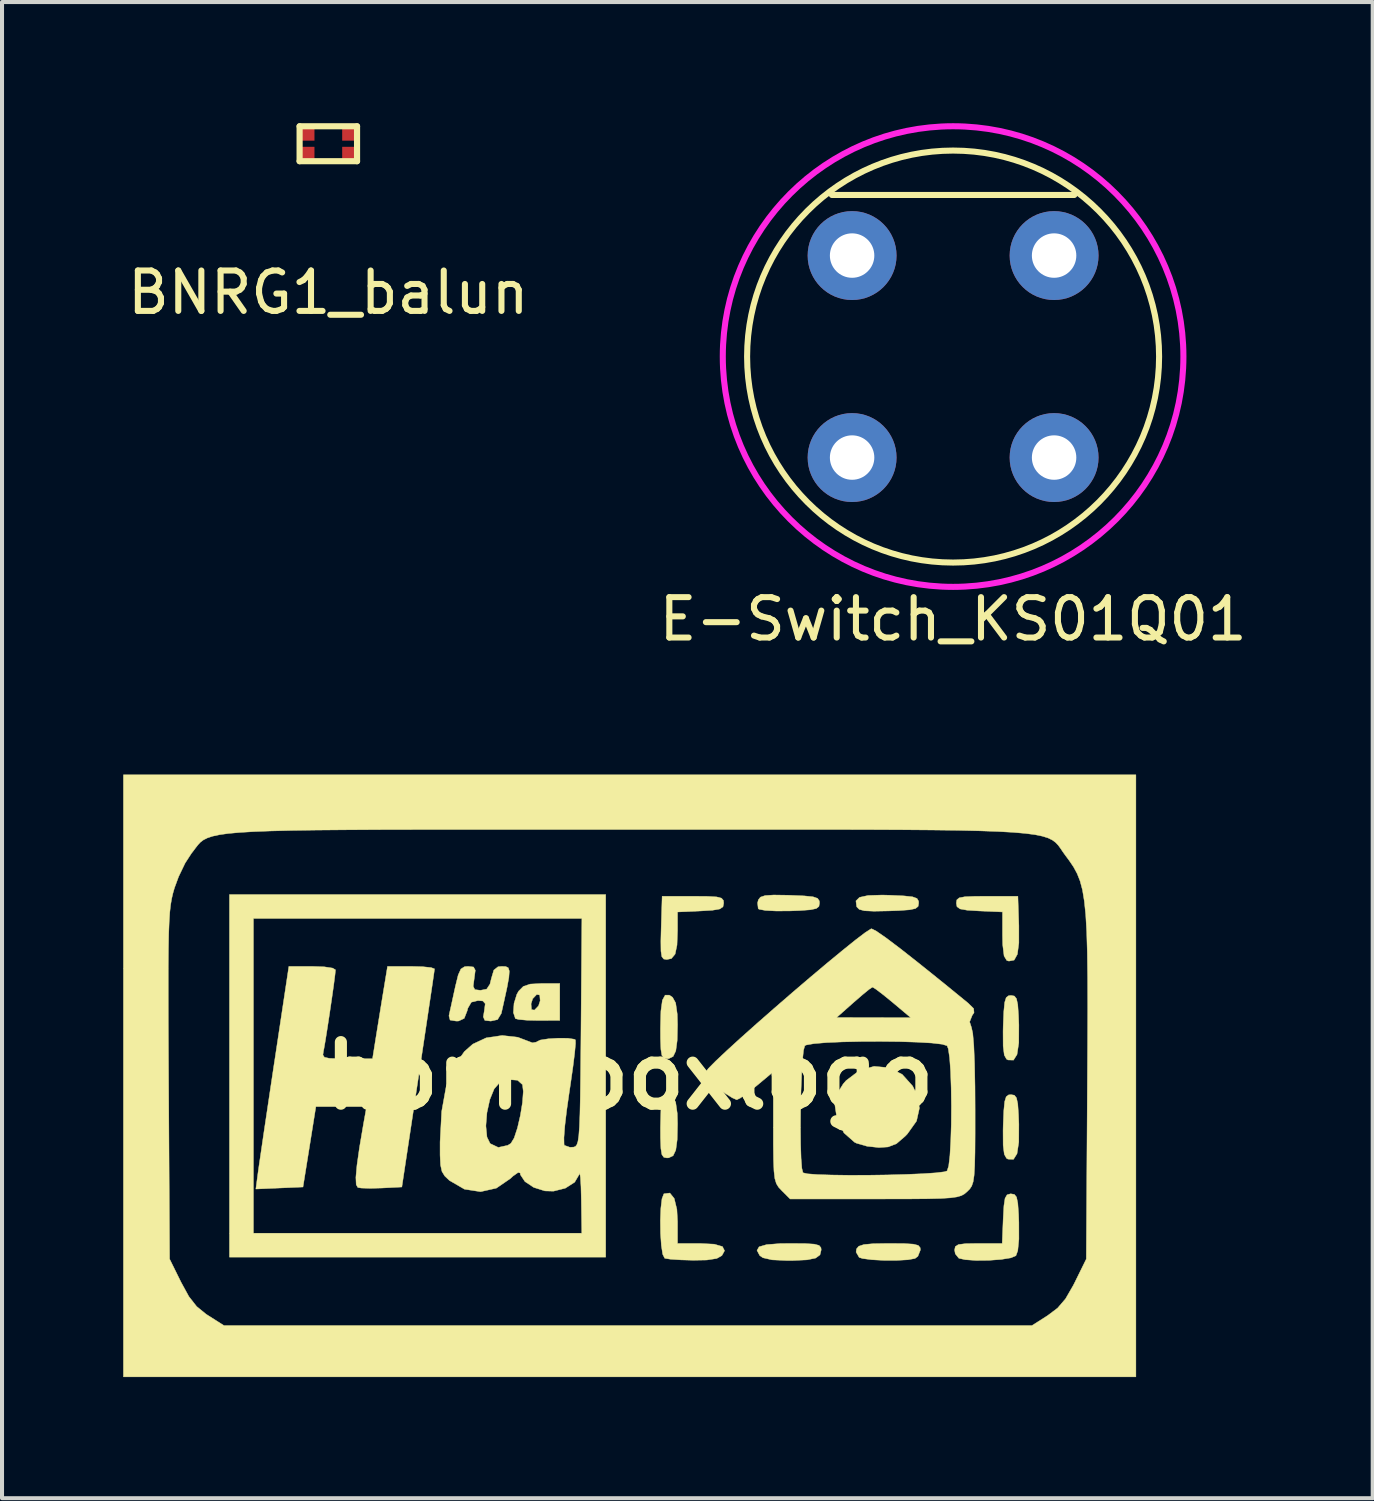
<source format=kicad_pcb>
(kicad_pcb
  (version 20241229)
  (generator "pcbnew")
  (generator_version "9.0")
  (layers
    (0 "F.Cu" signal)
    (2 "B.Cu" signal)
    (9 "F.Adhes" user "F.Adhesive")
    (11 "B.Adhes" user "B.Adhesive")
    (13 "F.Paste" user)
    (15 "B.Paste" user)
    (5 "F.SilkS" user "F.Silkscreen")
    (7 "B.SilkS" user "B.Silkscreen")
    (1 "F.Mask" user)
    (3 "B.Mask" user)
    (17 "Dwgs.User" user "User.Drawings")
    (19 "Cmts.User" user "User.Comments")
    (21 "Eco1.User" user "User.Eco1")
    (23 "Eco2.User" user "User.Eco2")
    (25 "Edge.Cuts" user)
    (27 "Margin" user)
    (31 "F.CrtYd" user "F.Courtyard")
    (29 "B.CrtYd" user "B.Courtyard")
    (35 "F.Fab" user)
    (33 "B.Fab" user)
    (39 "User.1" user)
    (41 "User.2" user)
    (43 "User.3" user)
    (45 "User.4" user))
  (footprint "BNRG1_balun"
    (layer "F.Cu")
    (at 5.077 0.508)
    (property "Reference" "BNRG1_balun" (at 0 3.683 0) (layer "F.SilkS") (effects (font (size 1 1) (thickness 0.15))))
    (attr through_hole)
    (fp_line (start -0.711 -0.432) (end 0.711 -0.432) (stroke (width 0.152) (type solid)) (layer "F.SilkS"))
    (fp_line (start -0.711 0.432) (end -0.711 -0.432) (stroke (width 0.152) (type solid)) (layer "F.SilkS"))
    (fp_line (start 0.711 -0.432) (end 0.711 0.432) (stroke (width 0.152) (type solid)) (layer "F.SilkS"))
    (fp_line (start 0.711 0.432) (end -0.711 0.432) (stroke (width 0.152) (type solid)) (layer "F.SilkS"))
    (pad "1" smd rect (at -0.508 -0.241) (size 0.33 0.33) (layers "F.Cu" "F.Mask" "F.Paste"))
    (pad "2" smd rect (at -0.508 0.241) (size 0.33 0.33) (layers "F.Cu" "F.Mask" "F.Paste"))
    (pad "3" smd rect (at 0.508 -0.241) (size 0.33 0.33) (layers "F.Cu" "F.Mask" "F.Paste"))
    (pad "4" smd rect (at 0.508 0.241) (size 0.33 0.33) (layers "F.Cu" "F.Mask" "F.Paste")))
  (footprint "homeboxlogo"
    (layer "F.Cu")
    (at 12.536 23.58)
    (property "Reference" "homeboxlogo" (at 0 0 0) (layer "F.SilkS") (effects (font (size 1.524 1.524) (thickness 0.3))))
    (attr through_hole)
    (fp_poly (pts (xy 0.983 -1.997) (xy 1.062 -1.944) (xy 1.139 -1.803) (xy 1.178 -1.527) (xy 1.185 -1.267) (xy 1.176 -0.872) (xy 1.142 -0.618) (xy 1.076 -0.479) (xy 0.968 -0.426) (xy 0.922 -0.423) (xy 0.846 -0.438) (xy 0.798 -0.505) (xy 0.773 -0.655) (xy 0.763 -0.921) (xy 0.762 -1.18) (xy 0.773 -1.603) (xy 0.81 -1.872) (xy 0.879 -1.998) (xy 0.983 -1.997)) (stroke (width 0.01) (type solid)) (fill yes) (layer "F.SilkS"))
    (fp_poly (pts (xy 0.983 0.458) (xy 1.062 0.511) (xy 1.139 0.653) (xy 1.178 0.929) (xy 1.185 1.189) (xy 1.176 1.584) (xy 1.142 1.837) (xy 1.076 1.977) (xy 0.968 2.029) (xy 0.922 2.032) (xy 0.846 2.017) (xy 0.798 1.95) (xy 0.773 1.8) (xy 0.763 1.534) (xy 0.762 1.275) (xy 0.773 0.852) (xy 0.81 0.584) (xy 0.879 0.457) (xy 0.983 0.458)) (stroke (width 0.01) (type solid)) (fill yes) (layer "F.SilkS"))
    (fp_poly (pts (xy 4.346 4.152) (xy 4.57 4.166) (xy 4.689 4.198) (xy 4.735 4.254) (xy 4.741 4.309) (xy 4.711 4.432) (xy 4.604 4.511) (xy 4.391 4.555) (xy 4.045 4.571) (xy 3.898 4.572) (xy 3.524 4.555) (xy 3.298 4.503) (xy 3.22 4.449) (xy 3.152 4.321) (xy 3.204 4.232) (xy 3.389 4.178) (xy 3.722 4.152) (xy 3.984 4.149) (xy 4.346 4.152)) (stroke (width 0.01) (type solid)) (fill yes) (layer "F.SilkS"))
    (fp_poly (pts (xy 9.523 -1.975) (xy 9.575 -1.909) (xy 9.607 -1.76) (xy 9.625 -1.494) (xy 9.634 -1.262) (xy 9.632 -0.816) (xy 9.588 -0.527) (xy 9.501 -0.389) (xy 9.366 -0.393) (xy 9.328 -0.414) (xy 9.273 -0.513) (xy 9.245 -0.736) (xy 9.243 -1.102) (xy 9.246 -1.235) (xy 9.261 -1.595) (xy 9.283 -1.819) (xy 9.32 -1.937) (xy 9.379 -1.983) (xy 9.44 -1.99) (xy 9.523 -1.975)) (stroke (width 0.01) (type solid)) (fill yes) (layer "F.SilkS"))
    (fp_poly (pts (xy 9.523 0.48) (xy 9.575 0.546) (xy 9.607 0.695) (xy 9.625 0.962) (xy 9.634 1.194) (xy 9.632 1.64) (xy 9.588 1.928) (xy 9.501 2.067) (xy 9.366 2.062) (xy 9.328 2.041) (xy 9.273 1.942) (xy 9.245 1.719) (xy 9.243 1.353) (xy 9.246 1.221) (xy 9.261 0.86) (xy 9.283 0.637) (xy 9.32 0.518) (xy 9.379 0.472) (xy 9.44 0.466) (xy 9.523 0.48)) (stroke (width 0.01) (type solid)) (fill yes) (layer "F.SilkS"))
    (fp_poly (pts (xy 6.443 -4.47) (xy 6.791 -4.454) (xy 7.003 -4.431) (xy 7.112 -4.391) (xy 7.151 -4.325) (xy 7.154 -4.276) (xy 7.14 -4.194) (xy 7.075 -4.141) (xy 6.928 -4.11) (xy 6.665 -4.091) (xy 6.412 -4.082) (xy 6.045 -4.075) (xy 5.813 -4.086) (xy 5.683 -4.12) (xy 5.623 -4.181) (xy 5.618 -4.193) (xy 5.601 -4.33) (xy 5.69 -4.418) (xy 5.901 -4.464) (xy 6.253 -4.475) (xy 6.443 -4.47)) (stroke (width 0.01) (type solid)) (fill yes) (layer "F.SilkS"))
    (fp_poly (pts (xy 6.796 4.152) (xy 7.022 4.166) (xy 7.143 4.197) (xy 7.19 4.252) (xy 7.197 4.309) (xy 7.134 4.468) (xy 7.063 4.521) (xy 6.887 4.553) (xy 6.612 4.568) (xy 6.295 4.568) (xy 5.994 4.552) (xy 5.766 4.522) (xy 5.681 4.495) (xy 5.605 4.363) (xy 5.615 4.284) (xy 5.671 4.218) (xy 5.798 4.176) (xy 6.027 4.155) (xy 6.391 4.149) (xy 6.432 4.149) (xy 6.796 4.152)) (stroke (width 0.01) (type solid)) (fill yes) (layer "F.SilkS"))
    (fp_poly (pts (xy 3.906 -4.471) (xy 3.968 -4.469) (xy 4.322 -4.454) (xy 4.539 -4.432) (xy 4.652 -4.393) (xy 4.694 -4.331) (xy 4.699 -4.276) (xy 4.685 -4.193) (xy 4.619 -4.141) (xy 4.471 -4.11) (xy 4.206 -4.091) (xy 3.965 -4.082) (xy 3.629 -4.08) (xy 3.361 -4.094) (xy 3.204 -4.123) (xy 3.182 -4.138) (xy 3.166 -4.279) (xy 3.185 -4.356) (xy 3.237 -4.423) (xy 3.352 -4.462) (xy 3.564 -4.476) (xy 3.906 -4.471)) (stroke (width 0.01) (type solid)) (fill yes) (layer "F.SilkS"))
    (fp_poly (pts (xy 9.634 -3.717) (xy 9.634 -3.288) (xy 9.597 -3.009) (xy 9.517 -2.865) (xy 9.388 -2.84) (xy 9.335 -2.855) (xy 9.268 -2.966) (xy 9.234 -3.243) (xy 9.229 -3.475) (xy 9.229 -4.056) (xy 8.657 -4.081) (xy 8.352 -4.1) (xy 8.179 -4.131) (xy 8.102 -4.187) (xy 8.086 -4.276) (xy 8.098 -4.356) (xy 8.158 -4.406) (xy 8.297 -4.433) (xy 8.547 -4.443) (xy 8.848 -4.445) (xy 9.61 -4.445) (xy 9.634 -3.717)) (stroke (width 0.01) (type solid)) (fill yes) (layer "F.SilkS"))
    (fp_poly (pts (xy 1.928 -4.442) (xy 2.153 -4.429) (xy 2.273 -4.398) (xy 2.321 -4.342) (xy 2.328 -4.276) (xy 2.31 -4.184) (xy 2.23 -4.13) (xy 2.052 -4.099) (xy 1.757 -4.081) (xy 1.185 -4.056) (xy 1.185 -3.601) (xy 1.172 -3.237) (xy 1.125 -3.013) (xy 1.034 -2.903) (xy 0.919 -2.879) (xy 0.843 -2.891) (xy 0.796 -2.95) (xy 0.775 -3.087) (xy 0.772 -3.334) (xy 0.78 -3.662) (xy 0.804 -4.445) (xy 1.566 -4.445) (xy 1.928 -4.442)) (stroke (width 0.01) (type solid)) (fill yes) (layer "F.SilkS"))
    (fp_poly (pts (xy 6.415 -0.201) (xy 6.746 -0.036) (xy 7.006 0.254) (xy 7.098 0.442) (xy 7.173 0.797) (xy 7.101 1.119) (xy 6.873 1.439) (xy 6.819 1.495) (xy 6.604 1.68) (xy 6.397 1.76) (xy 6.168 1.775) (xy 5.876 1.743) (xy 5.616 1.668) (xy 5.568 1.645) (xy 5.304 1.412) (xy 5.133 1.072) (xy 5.08 0.723) (xy 5.126 0.457) (xy 5.285 0.201) (xy 5.358 0.117) (xy 5.685 -0.131) (xy 6.05 -0.235) (xy 6.415 -0.201)) (stroke (width 0.01) (type solid)) (fill yes) (layer "F.SilkS"))
    (fp_poly (pts (xy -1.73 -1.373) (xy -2.254 -1.37) (xy -2.537 -1.376) (xy -2.746 -1.395) (xy -2.829 -1.417) (xy -2.878 -1.565) (xy -2.863 -1.783) (xy -2.441 -1.783) (xy -2.43 -1.639) (xy -2.357 -1.627) (xy -2.256 -1.732) (xy -2.215 -1.858) (xy -2.226 -2.001) (xy -2.3 -2.014) (xy -2.4 -1.909) (xy -2.441 -1.783) (xy -2.863 -1.783) (xy -2.863 -1.791) (xy -2.793 -2.017) (xy -2.747 -2.098) (xy -2.632 -2.214) (xy -2.462 -2.271) (xy -2.182 -2.286) (xy -2.172 -2.286) (xy -1.73 -2.286) (xy -1.73 -1.373)) (stroke (width 0.01) (type solid)) (fill yes) (layer "F.SilkS"))
    (fp_poly (pts (xy 1.103 3.035) (xy 1.169 3.307) (xy 1.185 3.609) (xy 1.185 4.149) (xy 1.731 4.149) (xy 2.093 4.167) (xy 2.297 4.226) (xy 2.349 4.329) (xy 2.283 4.449) (xy 2.156 4.521) (xy 1.91 4.559) (xy 1.577 4.565) (xy 1.263 4.556) (xy 1.009 4.539) (xy 0.87 4.517) (xy 0.868 4.516) (xy 0.818 4.417) (xy 0.784 4.196) (xy 0.764 3.901) (xy 0.76 3.579) (xy 0.772 3.276) (xy 0.8 3.042) (xy 0.846 2.922) (xy 0.85 2.919) (xy 0.995 2.901) (xy 1.103 3.035)) (stroke (width 0.01) (type solid)) (fill yes) (layer "F.SilkS"))
    (fp_poly (pts (xy 9.524 2.936) (xy 9.577 3.003) (xy 9.608 3.156) (xy 9.627 3.427) (xy 9.634 3.628) (xy 9.635 4.042) (xy 9.607 4.327) (xy 9.561 4.453) (xy 9.435 4.506) (xy 9.194 4.545) (xy 8.891 4.567) (xy 8.577 4.57) (xy 8.307 4.551) (xy 8.149 4.516) (xy 8.06 4.406) (xy 8.043 4.311) (xy 8.061 4.225) (xy 8.139 4.176) (xy 8.313 4.154) (xy 8.619 4.149) (xy 8.632 4.149) (xy 9.221 4.149) (xy 9.246 3.535) (xy 9.264 3.216) (xy 9.292 3.031) (xy 9.342 2.945) (xy 9.425 2.921) (xy 9.44 2.921) (xy 9.524 2.936)) (stroke (width 0.01) (type solid)) (fill yes) (layer "F.SilkS"))
    (fp_poly (pts (xy -3.067 -2.705) (xy -3.005 -2.675) (xy -2.979 -2.593) (xy -2.99 -2.435) (xy -3.038 -2.174) (xy -3.123 -1.787) (xy -3.177 -1.545) (xy -3.27 -1.392) (xy -3.437 -1.355) (xy -3.585 -1.372) (xy -3.623 -1.46) (xy -3.598 -1.609) (xy -3.575 -1.786) (xy -3.634 -1.853) (xy -3.754 -1.863) (xy -3.919 -1.823) (xy -4.005 -1.675) (xy -4.022 -1.609) (xy -4.095 -1.422) (xy -4.233 -1.357) (xy -4.292 -1.355) (xy -4.445 -1.38) (xy -4.473 -1.484) (xy -4.461 -1.545) (xy -4.419 -1.733) (xy -4.358 -2.013) (xy -4.312 -2.223) (xy -4.244 -2.498) (xy -4.177 -2.645) (xy -4.086 -2.702) (xy -3.999 -2.709) (xy -3.864 -2.694) (xy -3.821 -2.613) (xy -3.846 -2.419) (xy -3.847 -2.413) (xy -3.873 -2.216) (xy -3.832 -2.134) (xy -3.698 -2.117) (xy -3.691 -2.117) (xy -3.539 -2.147) (xy -3.458 -2.27) (xy -3.423 -2.413) (xy -3.362 -2.618) (xy -3.258 -2.7) (xy -3.166 -2.709) (xy -3.067 -2.705)) (stroke (width 0.01) (type solid)) (fill yes) (layer "F.SilkS"))
    (fp_poly (pts (xy -7.558 -2.698) (xy -7.353 -2.667) (xy -7.281 -2.624) (xy -7.294 -2.497) (xy -7.326 -2.246) (xy -7.373 -1.916) (xy -7.427 -1.549) (xy -7.482 -1.189) (xy -7.531 -0.88) (xy -7.568 -0.666) (xy -7.579 -0.614) (xy -7.593 -0.517) (xy -7.556 -0.46) (xy -7.435 -0.433) (xy -7.196 -0.424) (xy -6.994 -0.423) (xy -6.365 -0.423) (xy -6.267 -1.037) (xy -6.201 -1.444) (xy -6.131 -1.876) (xy -6.081 -2.18) (xy -5.994 -2.709) (xy -5.41 -2.709) (xy -5.121 -2.701) (xy -4.913 -2.679) (xy -4.83 -2.648) (xy -4.83 -2.646) (xy -4.843 -2.55) (xy -4.878 -2.306) (xy -4.933 -1.937) (xy -5.004 -1.461) (xy -5.088 -0.9) (xy -5.182 -0.274) (xy -5.236 0.085) (xy -5.639 2.752) (xy -6.133 2.777) (xy -6.419 2.785) (xy -6.641 2.778) (xy -6.729 2.764) (xy -6.769 2.693) (xy -6.777 2.514) (xy -6.75 2.212) (xy -6.688 1.776) (xy -6.589 1.192) (xy -6.561 1.037) (xy -6.512 0.762) (xy -7.767 0.762) (xy -7.926 1.757) (xy -8.086 2.752) (xy -8.669 2.777) (xy -9.253 2.802) (xy -9.199 2.396) (xy -9.172 2.206) (xy -9.123 1.874) (xy -9.058 1.428) (xy -8.978 0.893) (xy -8.889 0.296) (xy -8.794 -0.337) (xy -8.79 -0.36) (xy -8.436 -2.709) (xy -7.859 -2.709) (xy -7.558 -2.698)) (stroke (width 0.01) (type solid)) (fill yes) (layer "F.SilkS"))
    (fp_poly (pts (xy 12.531 7.451) (xy -12.531 7.451) (xy -12.531 -2.076) (xy -11.421 -2.076) (xy -11.42 -1.362) (xy -11.416 -0.506) (xy -11.412 0.217) (xy -11.388 4.534) (xy -11.103 5.111) (xy -10.91 5.464) (xy -10.718 5.709) (xy -10.485 5.899) (xy -10.431 5.934) (xy -10.042 6.181) (xy 9.958 6.181) (xy 10.346 5.934) (xy 10.593 5.748) (xy 10.789 5.519) (xy 10.979 5.19) (xy 11.019 5.111) (xy 11.303 4.534) (xy 11.329 0.256) (xy 11.335 -0.788) (xy 11.338 -1.678) (xy 11.336 -2.428) (xy 11.328 -3.052) (xy 11.313 -3.567) (xy 11.289 -3.986) (xy 11.254 -4.325) (xy 11.209 -4.598) (xy 11.15 -4.82) (xy 11.077 -5.005) (xy 10.988 -5.17) (xy 10.882 -5.327) (xy 10.791 -5.449) (xy 10.722 -5.545) (xy 10.664 -5.632) (xy 10.607 -5.709) (xy 10.544 -5.776) (xy 10.463 -5.836) (xy 10.357 -5.888) (xy 10.216 -5.932) (xy 10.031 -5.97) (xy 9.793 -6.001) (xy 9.493 -6.027) (xy 9.121 -6.048) (xy 8.669 -6.064) (xy 8.127 -6.077) (xy 7.486 -6.085) (xy 6.736 -6.091) (xy 5.87 -6.095) (xy 4.878 -6.097) (xy 3.749 -6.097) (xy 2.477 -6.097) (xy 1.05 -6.096) (xy -0.042 -6.096) (xy -1.58 -6.096) (xy -2.957 -6.097) (xy -4.183 -6.097) (xy -5.267 -6.096) (xy -6.219 -6.094) (xy -7.047 -6.089) (xy -7.76 -6.083) (xy -8.369 -6.074) (xy -8.882 -6.061) (xy -9.307 -6.045) (xy -9.655 -6.024) (xy -9.935 -5.999) (xy -10.155 -5.968) (xy -10.325 -5.931) (xy -10.454 -5.888) (xy -10.551 -5.839) (xy -10.626 -5.782) (xy -10.686 -5.717) (xy -10.743 -5.644) (xy -10.804 -5.562) (xy -10.843 -5.513) (xy -11.004 -5.265) (xy -11.164 -4.932) (xy -11.267 -4.653) (xy -11.305 -4.522) (xy -11.336 -4.388) (xy -11.362 -4.236) (xy -11.383 -4.051) (xy -11.398 -3.816) (xy -11.41 -3.517) (xy -11.417 -3.138) (xy -11.421 -2.662) (xy -11.421 -2.076) (xy -12.531 -2.076) (xy -12.531 -7.451) (xy 12.531 -7.451) (xy 12.531 7.451)) (stroke (width 0.01) (type solid)) (fill yes) (layer "F.SilkS"))
    (fp_poly (pts (xy -0.593 4.487) (xy -9.906 4.487) (xy -9.906 -3.895) (xy -9.313 -3.895) (xy -9.313 3.895) (xy -1.185 3.895) (xy -1.197 3.069) (xy -1.205 2.744) (xy -1.218 2.518) (xy -1.233 2.416) (xy -1.245 2.435) (xy -1.361 2.633) (xy -1.592 2.781) (xy -1.885 2.855) (xy -2.098 2.849) (xy -2.374 2.762) (xy -2.592 2.617) (xy -2.704 2.449) (xy -2.709 2.406) (xy -2.76 2.392) (xy -2.888 2.482) (xy -2.952 2.542) (xy -3.299 2.78) (xy -3.69 2.868) (xy -4.089 2.806) (xy -4.458 2.592) (xy -4.466 2.586) (xy -4.578 2.479) (xy -4.646 2.368) (xy -4.681 2.21) (xy -4.693 1.963) (xy -4.693 1.637) (xy -4.672 1.239) (xy -3.559 1.239) (xy -3.532 1.516) (xy -3.454 1.676) (xy -3.252 1.772) (xy -3.016 1.72) (xy -2.94 1.672) (xy -2.859 1.538) (xy -2.777 1.289) (xy -2.705 0.978) (xy -2.653 0.659) (xy -2.633 0.386) (xy -2.653 0.218) (xy -2.775 0.109) (xy -2.985 0.093) (xy -3.219 0.17) (xy -3.354 0.323) (xy -3.462 0.589) (xy -3.533 0.912) (xy -3.559 1.239) (xy -4.672 1.239) (xy -4.653 0.88) (xy -4.542 0.264) (xy -4.356 -0.225) (xy -4.091 -0.601) (xy -3.883 -0.785) (xy -3.552 -0.94) (xy -3.155 -0.999) (xy -2.769 -0.955) (xy -2.613 -0.896) (xy -2.405 -0.817) (xy -2.304 -0.836) (xy -2.301 -0.843) (xy -2.211 -0.886) (xy -2.012 -0.917) (xy -1.765 -0.932) (xy -1.532 -0.93) (xy -1.371 -0.906) (xy -1.342 -0.89) (xy -1.34 -0.796) (xy -1.361 -0.566) (xy -1.403 -0.228) (xy -1.462 0.185) (xy -1.494 0.399) (xy -1.559 0.854) (xy -1.605 1.241) (xy -1.627 1.531) (xy -1.624 1.696) (xy -1.615 1.721) (xy -1.478 1.769) (xy -1.385 1.764) (xy -1.342 1.748) (xy -1.308 1.706) (xy -1.28 1.622) (xy -1.259 1.479) (xy -1.243 1.259) (xy -1.231 0.946) (xy -1.222 0.522) (xy -1.215 -0.03) (xy -1.208 -0.727) (xy -1.205 -1.081) (xy -1.183 -3.895) (xy -9.313 -3.895) (xy -9.906 -3.895) (xy -9.906 -4.487) (xy -0.593 -4.487) (xy -0.593 4.487)) (stroke (width 0.01) (type solid)) (fill yes) (layer "F.SilkS"))
    (fp_poly (pts (xy 6.101 -3.585) (xy 6.34 -3.42) (xy 6.703 -3.146) (xy 7.188 -2.764) (xy 7.795 -2.276) (xy 8.379 -1.799) (xy 8.515 -1.665) (xy 8.524 -1.563) (xy 8.479 -1.497) (xy 8.415 -1.336) (xy 8.461 -1.196) (xy 8.493 -1.049) (xy 8.519 -0.746) (xy 8.537 -0.303) (xy 8.548 0.267) (xy 8.551 0.826) (xy 8.551 1.432) (xy 8.548 1.892) (xy 8.54 2.228) (xy 8.526 2.464) (xy 8.502 2.623) (xy 8.467 2.727) (xy 8.419 2.8) (xy 8.355 2.864) (xy 8.289 2.921) (xy 8.211 2.965) (xy 8.101 2.997) (xy 7.937 3.02) (xy 7.698 3.035) (xy 7.361 3.043) (xy 6.906 3.047) (xy 6.31 3.048) (xy 6.066 3.048) (xy 3.972 3.048) (xy 3.764 2.84) (xy 3.686 2.757) (xy 3.631 2.667) (xy 3.594 2.544) (xy 3.572 2.358) (xy 3.561 2.081) (xy 3.556 1.686) (xy 3.556 1.276) (xy 4.228 1.276) (xy 4.232 1.692) (xy 4.243 2.04) (xy 4.262 2.287) (xy 4.29 2.399) (xy 4.29 2.399) (xy 4.399 2.425) (xy 4.646 2.444) (xy 4.999 2.455) (xy 5.427 2.461) (xy 5.897 2.46) (xy 6.379 2.453) (xy 6.841 2.44) (xy 7.252 2.423) (xy 7.579 2.401) (xy 7.792 2.375) (xy 7.857 2.354) (xy 7.897 2.231) (xy 7.927 1.974) (xy 7.948 1.617) (xy 7.961 1.196) (xy 7.964 0.744) (xy 7.958 0.297) (xy 7.944 -0.111) (xy 7.92 -0.445) (xy 7.887 -0.669) (xy 7.857 -0.745) (xy 7.737 -0.782) (xy 7.48 -0.812) (xy 7.118 -0.833) (xy 6.684 -0.847) (xy 6.21 -0.852) (xy 5.729 -0.85) (xy 5.272 -0.84) (xy 4.872 -0.823) (xy 4.562 -0.797) (xy 4.373 -0.764) (xy 4.335 -0.745) (xy 4.304 -0.633) (xy 4.278 -0.387) (xy 4.257 -0.038) (xy 4.241 0.377) (xy 4.231 0.827) (xy 4.228 1.276) (xy 3.556 1.276) (xy 3.556 1.266) (xy 3.556 -0.1) (xy 3.142 0.246) (xy 2.916 0.426) (xy 2.737 0.551) (xy 2.651 0.593) (xy 2.544 0.546) (xy 2.353 0.427) (xy 2.214 0.328) (xy 1.971 0.114) (xy 1.878 -0.058) (xy 1.879 -0.091) (xy 1.948 -0.182) (xy 2.128 -0.364) (xy 2.4 -0.62) (xy 2.745 -0.935) (xy 3.144 -1.291) (xy 3.318 -1.443) (xy 5.122 -1.443) (xy 6.041 -1.441) (xy 6.959 -1.439) (xy 6.507 -1.819) (xy 6.276 -2.007) (xy 6.099 -2.142) (xy 6.013 -2.196) (xy 6.011 -2.196) (xy 5.931 -2.144) (xy 5.763 -2.007) (xy 5.546 -1.819) (xy 5.122 -1.443) (xy 3.318 -1.443) (xy 3.577 -1.671) (xy 4.026 -2.06) (xy 4.471 -2.44) (xy 4.893 -2.795) (xy 5.273 -3.108) (xy 5.591 -3.364) (xy 5.829 -3.545) (xy 5.967 -3.634) (xy 5.988 -3.641) (xy 6.101 -3.585)) (stroke (width 0.01) (type solid)) (fill yes) (layer "F.SilkS")))
  (footprint "E-Switch_KS01Q01"
    (layer "F.Cu")
    (at 20.542 5.776)
    (property "Reference" "E-Switch_KS01Q01" (at 0 6.5 0) (layer "F.SilkS") (effects (font (size 1 1) (thickness 0.15))))
    (attr through_hole)
    (fp_line (start -3 -4) (end 3 -4) (stroke (width 0.15) (type solid)) (layer "F.SilkS"))
    (fp_circle (center 0 0) (end 5 1) (stroke (width 0.15) (type solid)) (fill no) (layer "F.SilkS"))
    (fp_circle (center 0 0) (end 5.5 1.5) (stroke (width 0.15) (type solid)) (fill no) (layer "F.CrtYd"))
    (pad "1" thru_hole circle (at -2.5 -2.5) (size 2.2 2.2) (drill 1.1) (layers "*.Cu" "*.Mask"))
    (pad "2" thru_hole circle (at 2.5 -2.5) (size 2.2 2.2) (drill 1.1) (layers "*.Cu" "*.Mask"))
    (pad "3" thru_hole circle (at -2.5 2.5) (size 2.2 2.2) (drill 1.1) (layers "*.Cu" "*.Mask"))
    (pad "4" thru_hole circle (at 2.5 2.5) (size 2.2 2.2) (drill 1.1) (layers "*.Cu" "*.Mask")))
  (gr_rect
    (start -3 -3)
    (end 30.929 34.035)
    (stroke (width 0.1) (type default))
    (fill no)
    (layer "Edge.Cuts")))
</source>
